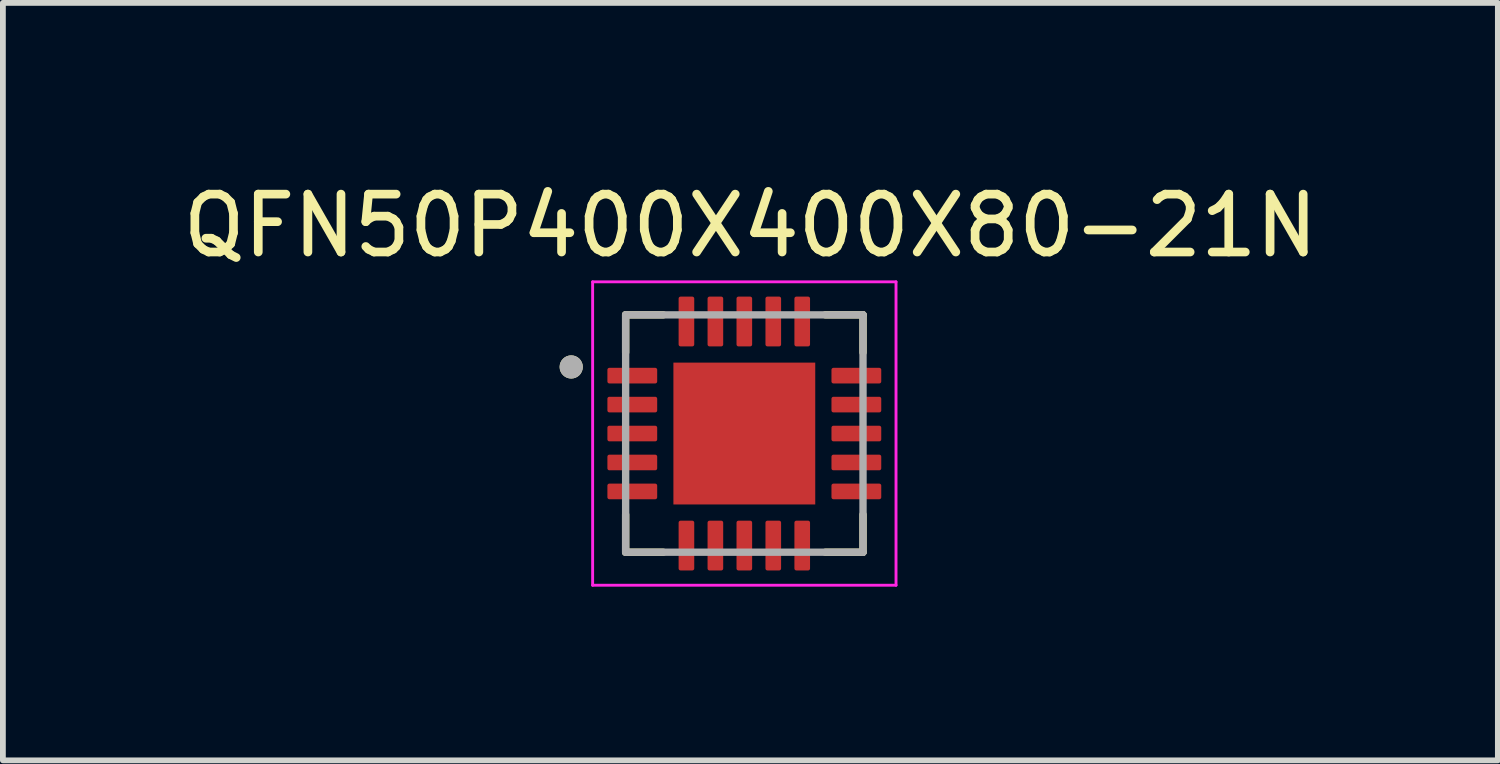
<source format=kicad_pcb>
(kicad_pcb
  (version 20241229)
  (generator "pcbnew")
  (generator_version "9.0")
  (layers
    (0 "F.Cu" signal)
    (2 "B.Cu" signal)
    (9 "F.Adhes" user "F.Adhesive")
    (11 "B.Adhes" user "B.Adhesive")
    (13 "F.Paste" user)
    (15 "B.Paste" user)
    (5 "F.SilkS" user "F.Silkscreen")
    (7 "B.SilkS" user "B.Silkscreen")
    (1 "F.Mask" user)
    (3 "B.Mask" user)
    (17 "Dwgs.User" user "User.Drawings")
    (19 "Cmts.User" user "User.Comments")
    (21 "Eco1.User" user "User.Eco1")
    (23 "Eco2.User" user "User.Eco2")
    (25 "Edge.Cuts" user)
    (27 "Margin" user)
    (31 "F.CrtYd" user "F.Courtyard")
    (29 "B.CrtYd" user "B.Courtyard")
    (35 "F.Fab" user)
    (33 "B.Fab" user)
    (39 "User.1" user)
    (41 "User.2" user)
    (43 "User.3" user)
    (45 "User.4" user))
  (footprint "QFN50P400X400X80-21N"
    (layer "F.Cu")
    (at 9.806 4.438)
    (property "Reference" "QFN50P400X400X80-21N" (at 0.105 -3.59 0) (layer "F.SilkS") (effects (font (size 1 1) (thickness 0.15))))
    (attr smd)
    (fp_line (start -2.05 -2.05) (end -2.05 -1.4) (stroke (width 0.127) (type solid)) (layer "F.SilkS"))
    (fp_line (start -2.05 1.4) (end -2.05 2.05) (stroke (width 0.127) (type solid)) (layer "F.SilkS"))
    (fp_line (start -2.05 2.05) (end -1.4 2.05) (stroke (width 0.127) (type solid)) (layer "F.SilkS"))
    (fp_line (start -1.4 -2.05) (end -2.05 -2.05) (stroke (width 0.127) (type solid)) (layer "F.SilkS"))
    (fp_line (start 1.4 -2.05) (end 2.05 -2.05) (stroke (width 0.127) (type solid)) (layer "F.SilkS"))
    (fp_line (start 2.05 -2.05) (end 2.05 -1.4) (stroke (width 0.127) (type solid)) (layer "F.SilkS"))
    (fp_line (start 2.05 1.4) (end 2.05 2.05) (stroke (width 0.127) (type solid)) (layer "F.SilkS"))
    (fp_line (start 2.05 2.05) (end 1.4 2.05) (stroke (width 0.127) (type solid)) (layer "F.SilkS"))
    (fp_circle (center -2.99 -1.15) (end -2.89 -1.15) (stroke (width 0.2) (type solid)) (fill no) (layer "F.SilkS"))
    (fp_poly (pts (xy -0.86 -0.86) (xy 0.86 -0.86) (xy 0.86 0.86) (xy -0.86 0.86)) (stroke (width 0.01) (type solid)) (fill yes) (layer "F.Paste"))
    (fp_line (start -2.62 -2.62) (end 2.62 -2.62) (stroke (width 0.05) (type solid)) (layer "F.CrtYd"))
    (fp_line (start -2.62 2.62) (end -2.62 -2.62) (stroke (width 0.05) (type solid)) (layer "F.CrtYd"))
    (fp_line (start -2.62 2.62) (end 2.62 2.62) (stroke (width 0.05) (type solid)) (layer "F.CrtYd"))
    (fp_line (start 2.62 2.62) (end 2.62 -2.62) (stroke (width 0.05) (type solid)) (layer "F.CrtYd"))
    (fp_line (start -2.05 2.05) (end -2.05 -2.05) (stroke (width 0.127) (type solid)) (layer "F.Fab"))
    (fp_line (start 2.05 -2.05) (end -2.05 -2.05) (stroke (width 0.127) (type solid)) (layer "F.Fab"))
    (fp_line (start 2.05 2.05) (end -2.05 2.05) (stroke (width 0.127) (type solid)) (layer "F.Fab"))
    (fp_line (start 2.05 2.05) (end 2.05 -2.05) (stroke (width 0.127) (type solid)) (layer "F.Fab"))
    (fp_circle (center -2.99 -1.15) (end -2.89 -1.15) (stroke (width 0.2) (type solid)) (fill no) (layer "F.Fab"))
    (pad "1" smd roundrect (at -1.935 -1) (size 0.86 0.27) (layers "F.Cu" "F.Mask" "F.Paste") (roundrect_rratio 0.125))
    (pad "2" smd roundrect (at -1.935 -0.5) (size 0.86 0.27) (layers "F.Cu" "F.Mask" "F.Paste") (roundrect_rratio 0.125))
    (pad "3" smd roundrect (at -1.935 0) (size 0.86 0.27) (layers "F.Cu" "F.Mask" "F.Paste") (roundrect_rratio 0.125))
    (pad "4" smd roundrect (at -1.935 0.5) (size 0.86 0.27) (layers "F.Cu" "F.Mask" "F.Paste") (roundrect_rratio 0.125))
    (pad "5" smd roundrect (at -1.935 1) (size 0.86 0.27) (layers "F.Cu" "F.Mask" "F.Paste") (roundrect_rratio 0.125))
    (pad "6" smd roundrect (at -1 1.935) (size 0.27 0.86) (layers "F.Cu" "F.Mask" "F.Paste") (roundrect_rratio 0.125))
    (pad "7" smd roundrect (at -0.5 1.935) (size 0.27 0.86) (layers "F.Cu" "F.Mask" "F.Paste") (roundrect_rratio 0.125))
    (pad "8" smd roundrect (at 0 1.935) (size 0.27 0.86) (layers "F.Cu" "F.Mask" "F.Paste") (roundrect_rratio 0.125))
    (pad "9" smd roundrect (at 0.5 1.935) (size 0.27 0.86) (layers "F.Cu" "F.Mask" "F.Paste") (roundrect_rratio 0.125))
    (pad "10" smd roundrect (at 1 1.935) (size 0.27 0.86) (layers "F.Cu" "F.Mask" "F.Paste") (roundrect_rratio 0.125))
    (pad "11" smd roundrect (at 1.935 1) (size 0.86 0.27) (layers "F.Cu" "F.Mask" "F.Paste") (roundrect_rratio 0.125))
    (pad "12" smd roundrect (at 1.935 0.5) (size 0.86 0.27) (layers "F.Cu" "F.Mask" "F.Paste") (roundrect_rratio 0.125))
    (pad "13" smd roundrect (at 1.935 0) (size 0.86 0.27) (layers "F.Cu" "F.Mask" "F.Paste") (roundrect_rratio 0.125))
    (pad "14" smd roundrect (at 1.935 -0.5) (size 0.86 0.27) (layers "F.Cu" "F.Mask" "F.Paste") (roundrect_rratio 0.125))
    (pad "15" smd roundrect (at 1.935 -1) (size 0.86 0.27) (layers "F.Cu" "F.Mask" "F.Paste") (roundrect_rratio 0.125))
    (pad "16" smd roundrect (at 1 -1.935) (size 0.27 0.86) (layers "F.Cu" "F.Mask" "F.Paste") (roundrect_rratio 0.125))
    (pad "17" smd roundrect (at 0.5 -1.935) (size 0.27 0.86) (layers "F.Cu" "F.Mask" "F.Paste") (roundrect_rratio 0.125))
    (pad "18" smd roundrect (at 0 -1.935) (size 0.27 0.86) (layers "F.Cu" "F.Mask" "F.Paste") (roundrect_rratio 0.125))
    (pad "19" smd roundrect (at -0.5 -1.935) (size 0.27 0.86) (layers "F.Cu" "F.Mask" "F.Paste") (roundrect_rratio 0.125))
    (pad "20" smd roundrect (at -1 -1.935) (size 0.27 0.86) (layers "F.Cu" "F.Mask" "F.Paste") (roundrect_rratio 0.125))
    (pad "21" smd rect (at 0 0) (size 2.45 2.45) (layers "F.Cu" "F.Mask")))
  (gr_rect
    (start -3 -3)
    (end 22.821 10.083)
    (stroke (width 0.1) (type default))
    (fill no)
    (layer "Edge.Cuts")))
</source>
